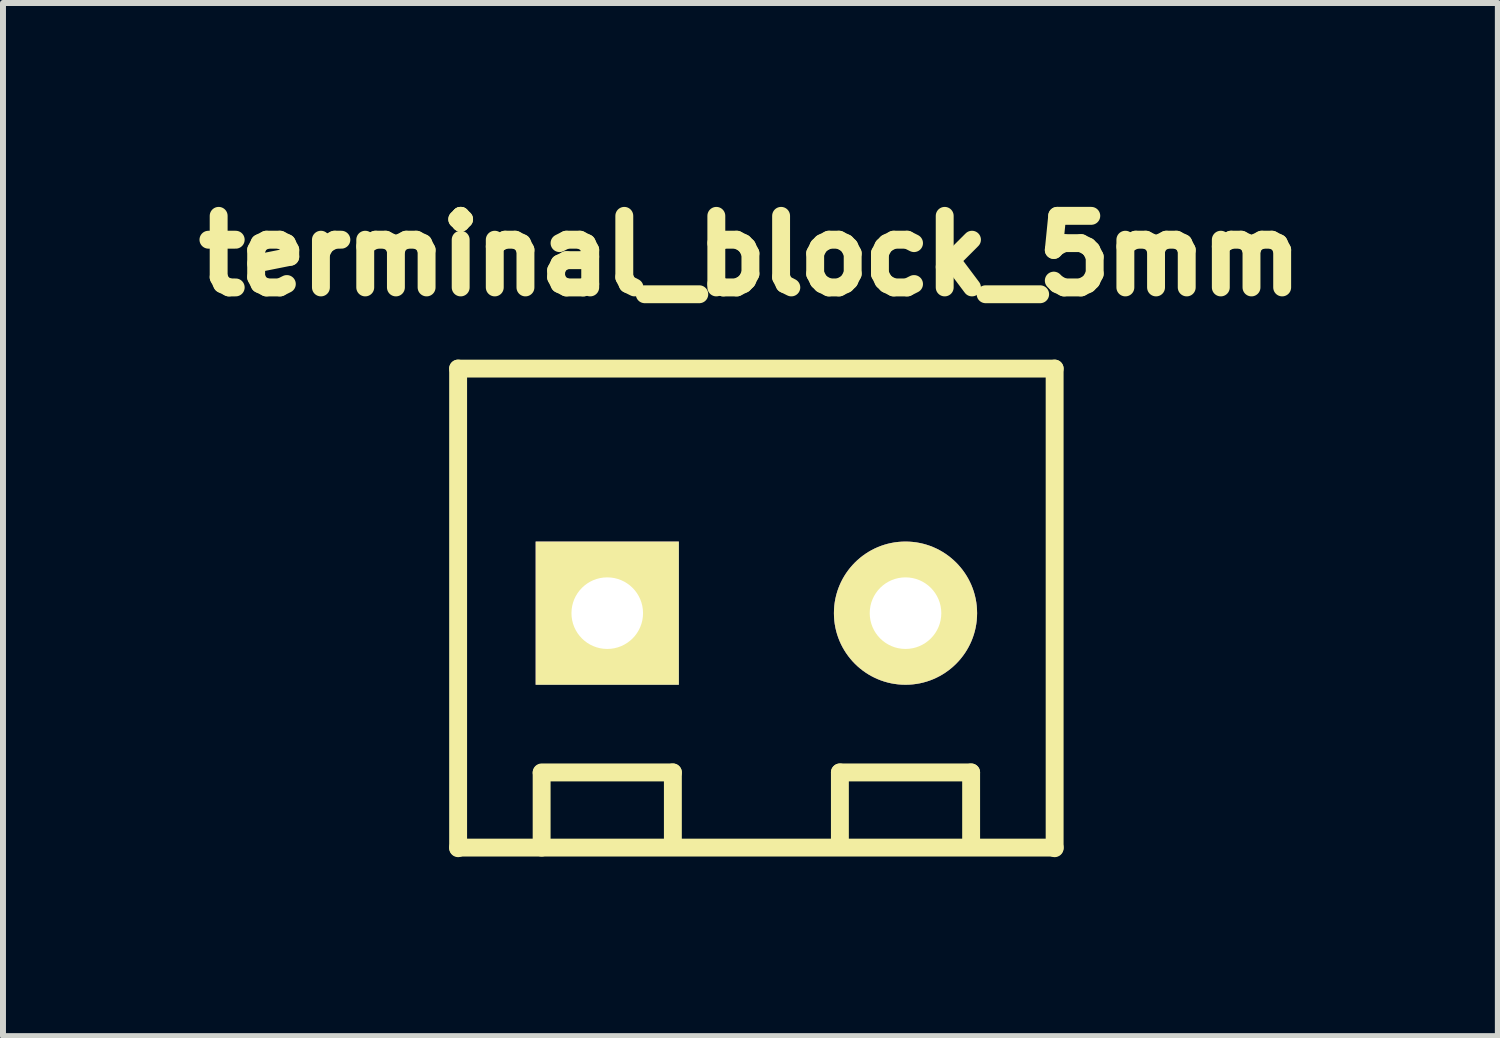
<source format=kicad_pcb>
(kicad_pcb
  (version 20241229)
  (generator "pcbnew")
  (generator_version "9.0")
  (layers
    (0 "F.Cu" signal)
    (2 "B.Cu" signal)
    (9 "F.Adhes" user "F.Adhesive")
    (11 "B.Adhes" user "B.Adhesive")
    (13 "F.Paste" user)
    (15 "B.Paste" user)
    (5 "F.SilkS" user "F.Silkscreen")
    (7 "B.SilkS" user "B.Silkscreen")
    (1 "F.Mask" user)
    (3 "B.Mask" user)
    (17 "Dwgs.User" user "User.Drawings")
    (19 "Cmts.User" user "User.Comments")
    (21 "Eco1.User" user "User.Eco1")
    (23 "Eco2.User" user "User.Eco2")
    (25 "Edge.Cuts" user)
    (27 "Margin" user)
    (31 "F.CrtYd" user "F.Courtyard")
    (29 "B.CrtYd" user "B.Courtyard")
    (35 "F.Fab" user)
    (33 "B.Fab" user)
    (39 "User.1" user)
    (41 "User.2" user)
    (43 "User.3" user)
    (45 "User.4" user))
  (footprint "terminal_block_5mm"
    (layer "F.Cu")
    (at 9.63 7.229)
    (property "Reference" "terminal_block_5mm" (at -0.1 -6 0) (layer "F.SilkS") (effects (font (size 1.2 1.2) (thickness 0.3))))
    (attr through_hole)
    (fp_line (start -5 -4.1) (end -5 3.94) (stroke (width 0.3) (type solid)) (layer "F.SilkS"))
    (fp_line (start -5 -4.1) (end 5 -4.1) (stroke (width 0.3) (type solid)) (layer "F.SilkS"))
    (fp_line (start -5 3.93) (end 5 3.93) (stroke (width 0.3) (type solid)) (layer "F.SilkS"))
    (fp_line (start -3.6 2.67) (end -1.4 2.67) (stroke (width 0.3) (type solid)) (layer "F.SilkS"))
    (fp_line (start -3.6 2.68) (end -3.6 3.93) (stroke (width 0.3) (type solid)) (layer "F.SilkS"))
    (fp_line (start -1.4 2.67) (end -1.4 3.92) (stroke (width 0.3) (type solid)) (layer "F.SilkS"))
    (fp_line (start 1.4 2.67) (end 1.4 3.92) (stroke (width 0.3) (type solid)) (layer "F.SilkS"))
    (fp_line (start 1.4 2.67) (end 3.6 2.67) (stroke (width 0.3) (type solid)) (layer "F.SilkS"))
    (fp_line (start 3.6 2.67) (end 3.6 3.92) (stroke (width 0.3) (type solid)) (layer "F.SilkS"))
    (fp_line (start 5 -4.1) (end 5 3.94) (stroke (width 0.3) (type solid)) (layer "F.SilkS"))
    (pad "1" thru_hole rect (at -2.5 0) (size 2.4 2.4) (drill 1.2) (layers "*.Cu" "*.Mask" "F.SilkS"))
    (pad "2" thru_hole circle (at 2.5 0) (size 2.4 2.4) (drill 1.2) (layers "*.Cu" "*.Mask" "F.SilkS")))
  (gr_rect
    (start -3 -3)
    (end 22.06 14.319)
    (stroke (width 0.1) (type default))
    (fill no)
    (layer "Edge.Cuts")))
</source>
